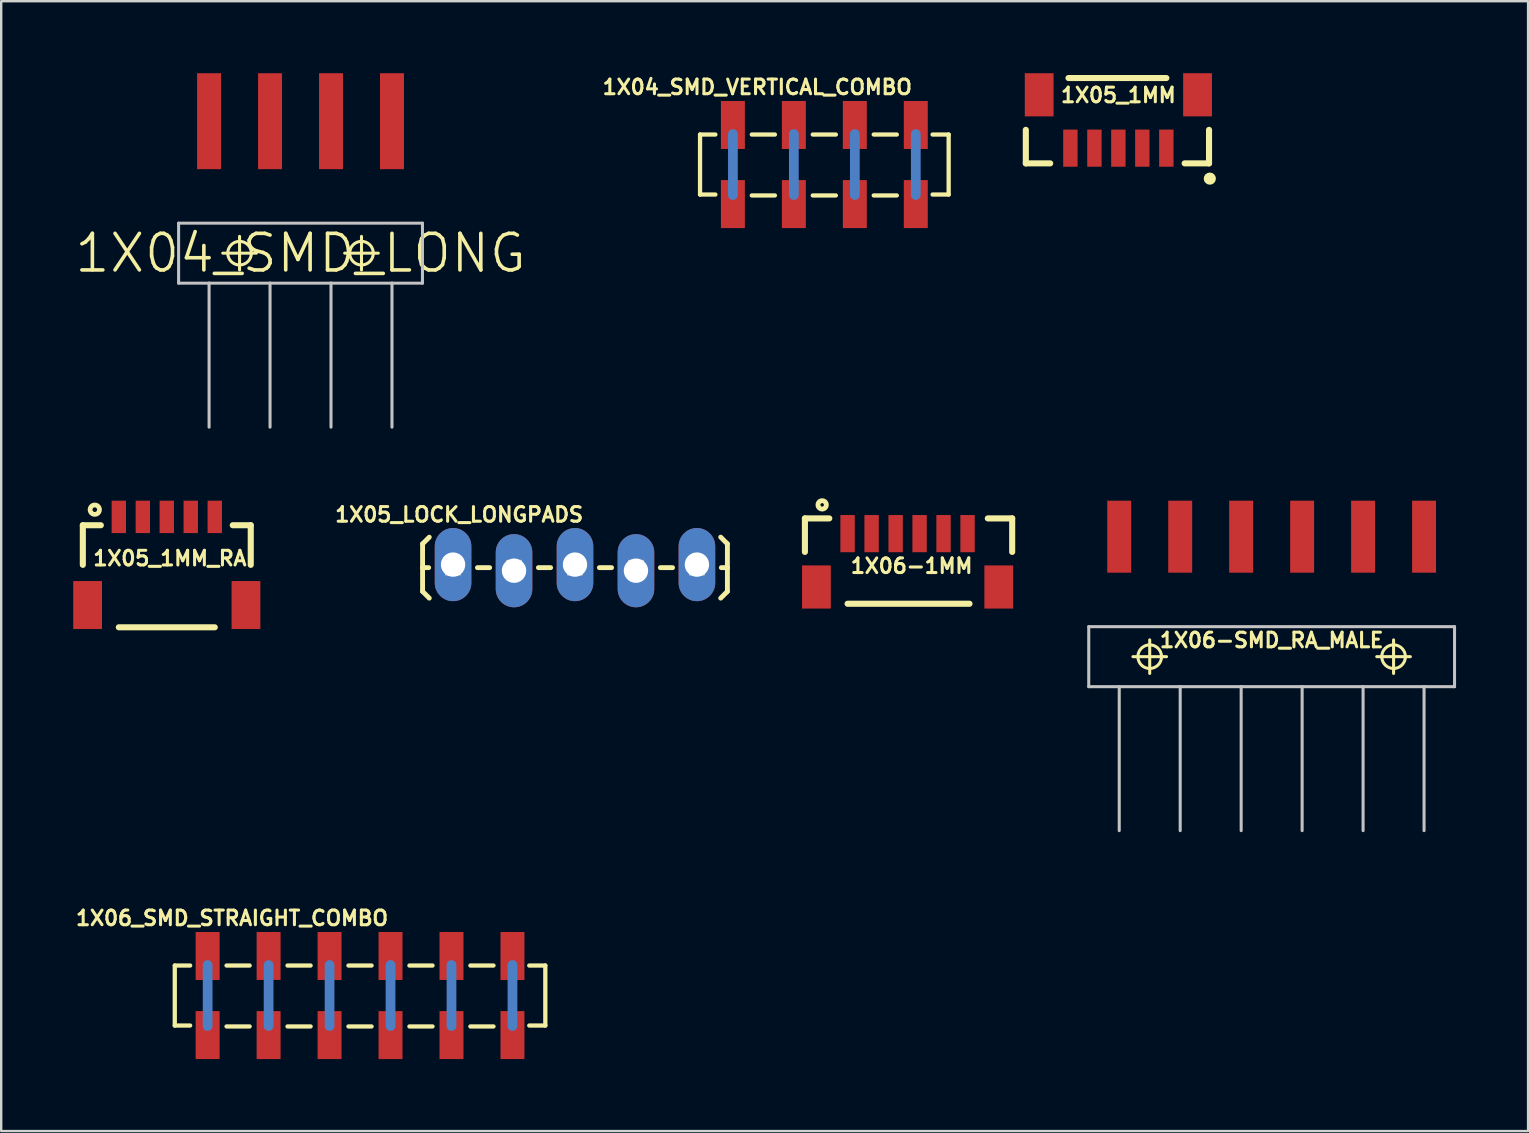
<source format=kicad_pcb>
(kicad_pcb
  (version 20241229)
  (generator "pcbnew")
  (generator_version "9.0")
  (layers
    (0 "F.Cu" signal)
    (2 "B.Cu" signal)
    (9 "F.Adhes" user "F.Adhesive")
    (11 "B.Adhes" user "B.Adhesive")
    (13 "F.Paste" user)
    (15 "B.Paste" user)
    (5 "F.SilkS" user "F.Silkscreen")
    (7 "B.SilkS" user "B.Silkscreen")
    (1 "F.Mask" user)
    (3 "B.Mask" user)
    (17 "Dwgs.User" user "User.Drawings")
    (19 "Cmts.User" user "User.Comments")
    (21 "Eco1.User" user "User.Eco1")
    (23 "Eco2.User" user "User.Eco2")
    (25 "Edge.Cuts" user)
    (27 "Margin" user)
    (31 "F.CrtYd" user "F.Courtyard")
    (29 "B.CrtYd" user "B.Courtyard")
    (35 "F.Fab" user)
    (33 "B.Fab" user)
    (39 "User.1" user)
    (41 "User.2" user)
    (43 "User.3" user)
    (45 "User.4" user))
  (footprint "1X05_1MM_RA"
    (layer "F.Cu")
    (at 3.899 18.485)
    (property "Reference" "1X05_1MM_RA" (at 0.127 1.727 0) (layer "F.SilkS") (effects (font (size 0.61 0.61) (thickness 0.127))))
    (attr smd)
    (fp_line (start -3.498 0.348) (end -2.748 0.348) (stroke (width 0.254) (type solid)) (layer "F.SilkS"))
    (fp_line (start -3.498 1.999) (end -3.498 0.348) (stroke (width 0.254) (type solid)) (layer "F.SilkS"))
    (fp_line (start -1.999 4.6) (end 1.999 4.6) (stroke (width 0.254) (type solid)) (layer "F.SilkS"))
    (fp_line (start 2.748 0.348) (end 3.498 0.348) (stroke (width 0.254) (type solid)) (layer "F.SilkS"))
    (fp_line (start 3.498 0.348) (end 3.498 1.999) (stroke (width 0.254) (type solid)) (layer "F.SilkS"))
    (fp_circle (center -3 -0.3) (end -3.068 -0.368) (stroke (width 0.198) (type solid)) (fill no) (layer "F.SilkS"))
    (pad "1" smd rect (at -1.999 0) (size 0.599 1.349) (layers "F.Cu" "F.Mask" "F.Paste"))
    (pad "2" smd rect (at -0.998 0) (size 0.599 1.349) (layers "F.Cu" "F.Mask" "F.Paste"))
    (pad "3" smd rect (at 0 0) (size 0.599 1.349) (layers "F.Cu" "F.Mask" "F.Paste"))
    (pad "4" smd rect (at 0.998 0) (size 0.599 1.349) (layers "F.Cu" "F.Mask" "F.Paste"))
    (pad "5" smd rect (at 1.999 0) (size 0.599 1.349) (layers "F.Cu" "F.Mask" "F.Paste"))
    (pad "NC1" smd rect (at 3.299 3.673) (size 1.199 1.999) (layers "F.Cu" "F.Mask" "F.Paste"))
    (pad "NC2" smd rect (at -3.299 3.673) (size 1.199 1.999) (layers "F.Cu" "F.Mask" "F.Paste")))
  (footprint "1X04_SMD_VERTICAL_COMBO"
    (layer "F.Cu")
    (at 27.485 3.805)
    (property "Reference" "1X04_SMD_VERTICAL_COMBO" (at 1.016 -3.226 0) (layer "F.SilkS") (effects (font (size 0.61 0.61) (thickness 0.127))))
    (attr smd)
    (fp_line (start 0 -1.27) (end 0 1.27) (stroke (width 0.406) (type solid)) (layer "B.Cu"))
    (fp_line (start 2.54 -1.27) (end 2.54 1.27) (stroke (width 0.406) (type solid)) (layer "B.Cu"))
    (fp_line (start 5.08 -1.27) (end 5.08 1.27) (stroke (width 0.406) (type solid)) (layer "B.Cu"))
    (fp_line (start 7.62 -1.27) (end 7.62 1.27) (stroke (width 0.406) (type solid)) (layer "B.Cu"))
    (fp_line (start -1.369 -1.25) (end -0.729 -1.25) (stroke (width 0.178) (type solid)) (layer "F.SilkS"))
    (fp_line (start -1.369 1.25) (end -1.369 -1.25) (stroke (width 0.178) (type solid)) (layer "F.SilkS"))
    (fp_line (start -0.729 1.25) (end -1.369 1.25) (stroke (width 0.178) (type solid)) (layer "F.SilkS"))
    (fp_line (start 0.787 -1.25) (end 1.75 -1.25) (stroke (width 0.178) (type solid)) (layer "F.SilkS"))
    (fp_line (start 0.787 1.288) (end 1.75 1.288) (stroke (width 0.178) (type solid)) (layer "F.SilkS"))
    (fp_line (start 3.327 -1.25) (end 4.29 -1.25) (stroke (width 0.178) (type solid)) (layer "F.SilkS"))
    (fp_line (start 3.327 1.288) (end 4.29 1.288) (stroke (width 0.178) (type solid)) (layer "F.SilkS"))
    (fp_line (start 5.867 -1.25) (end 6.83 -1.25) (stroke (width 0.178) (type solid)) (layer "F.SilkS"))
    (fp_line (start 5.867 1.288) (end 6.83 1.288) (stroke (width 0.178) (type solid)) (layer "F.SilkS"))
    (fp_line (start 8.319 -1.25) (end 8.989 -1.25) (stroke (width 0.178) (type solid)) (layer "F.SilkS"))
    (fp_line (start 8.989 -1.25) (end 8.989 1.25) (stroke (width 0.178) (type solid)) (layer "F.SilkS"))
    (fp_line (start 8.989 1.25) (end 8.319 1.25) (stroke (width 0.178) (type solid)) (layer "F.SilkS"))
    (pad "1" smd rect (at 0 1.648 270) (size 1.999 0.998) (layers "F.Cu" "F.Mask" "F.Paste"))
    (pad "1-2" smd rect (at 0 -1.648 90) (size 1.999 0.998) (layers "F.Cu" "F.Mask" "F.Paste"))
    (pad "2" smd rect (at 2.54 -1.648 270) (size 1.999 0.998) (layers "F.Cu" "F.Mask" "F.Paste"))
    (pad "2-2" smd rect (at 2.54 1.648 90) (size 1.999 0.998) (layers "F.Cu" "F.Mask" "F.Paste"))
    (pad "3" smd rect (at 5.08 1.648 270) (size 1.999 0.998) (layers "F.Cu" "F.Mask" "F.Paste"))
    (pad "3-2" smd rect (at 5.08 -1.648 90) (size 1.999 0.998) (layers "F.Cu" "F.Mask" "F.Paste"))
    (pad "4" smd rect (at 7.62 -1.648 270) (size 1.999 0.998) (layers "F.Cu" "F.Mask" "F.Paste"))
    (pad "4-2" smd rect (at 7.62 1.648 90) (size 1.999 0.998) (layers "F.Cu" "F.Mask" "F.Paste")))
  (footprint "1X06_SMD_STRAIGHT_COMBO"
    (layer "F.Cu")
    (at 5.601 38.427)
    (property "Reference" "1X06_SMD_STRAIGHT_COMBO" (at 1.016 -3.226 0) (layer "F.SilkS") (effects (font (size 0.61 0.61) (thickness 0.127))))
    (attr smd)
    (fp_line (start 0 -1.27) (end 0 1.27) (stroke (width 0.406) (type solid)) (layer "B.Cu"))
    (fp_line (start 2.54 -1.27) (end 2.54 1.27) (stroke (width 0.406) (type solid)) (layer "B.Cu"))
    (fp_line (start 5.08 -1.27) (end 5.08 1.27) (stroke (width 0.406) (type solid)) (layer "B.Cu"))
    (fp_line (start 7.62 -1.27) (end 7.62 1.27) (stroke (width 0.406) (type solid)) (layer "B.Cu"))
    (fp_line (start 10.16 -1.27) (end 10.16 1.27) (stroke (width 0.406) (type solid)) (layer "B.Cu"))
    (fp_line (start 12.7 -1.27) (end 12.7 1.27) (stroke (width 0.406) (type solid)) (layer "B.Cu"))
    (fp_line (start -1.369 -1.25) (end -0.729 -1.25) (stroke (width 0.178) (type solid)) (layer "F.SilkS"))
    (fp_line (start -1.369 1.25) (end -1.369 -1.25) (stroke (width 0.178) (type solid)) (layer "F.SilkS"))
    (fp_line (start -0.729 1.25) (end -1.369 1.25) (stroke (width 0.178) (type solid)) (layer "F.SilkS"))
    (fp_line (start 0.787 -1.25) (end 1.75 -1.25) (stroke (width 0.178) (type solid)) (layer "F.SilkS"))
    (fp_line (start 0.787 1.288) (end 1.75 1.288) (stroke (width 0.178) (type solid)) (layer "F.SilkS"))
    (fp_line (start 3.327 -1.25) (end 4.29 -1.25) (stroke (width 0.178) (type solid)) (layer "F.SilkS"))
    (fp_line (start 3.327 1.288) (end 4.29 1.288) (stroke (width 0.178) (type solid)) (layer "F.SilkS"))
    (fp_line (start 5.867 -1.25) (end 6.83 -1.25) (stroke (width 0.178) (type solid)) (layer "F.SilkS"))
    (fp_line (start 5.867 1.288) (end 6.83 1.288) (stroke (width 0.178) (type solid)) (layer "F.SilkS"))
    (fp_line (start 8.407 -1.25) (end 9.37 -1.25) (stroke (width 0.178) (type solid)) (layer "F.SilkS"))
    (fp_line (start 8.407 1.288) (end 9.37 1.288) (stroke (width 0.178) (type solid)) (layer "F.SilkS"))
    (fp_line (start 10.947 -1.25) (end 11.91 -1.25) (stroke (width 0.178) (type solid)) (layer "F.SilkS"))
    (fp_line (start 10.947 1.288) (end 11.91 1.288) (stroke (width 0.178) (type solid)) (layer "F.SilkS"))
    (fp_line (start 13.399 -1.25) (end 14.069 -1.25) (stroke (width 0.178) (type solid)) (layer "F.SilkS"))
    (fp_line (start 14.069 -1.25) (end 14.069 1.25) (stroke (width 0.178) (type solid)) (layer "F.SilkS"))
    (fp_line (start 14.069 1.25) (end 13.399 1.25) (stroke (width 0.178) (type solid)) (layer "F.SilkS"))
    (pad "1" smd rect (at 0 1.648 270) (size 1.999 0.998) (layers "F.Cu" "F.Mask" "F.Paste"))
    (pad "1-2" smd rect (at 0 -1.648 90) (size 1.999 0.998) (layers "F.Cu" "F.Mask" "F.Paste"))
    (pad "2" smd rect (at 2.54 -1.648 270) (size 1.999 0.998) (layers "F.Cu" "F.Mask" "F.Paste"))
    (pad "2-2" smd rect (at 2.54 1.648 90) (size 1.999 0.998) (layers "F.Cu" "F.Mask" "F.Paste"))
    (pad "3" smd rect (at 5.08 1.648 270) (size 1.999 0.998) (layers "F.Cu" "F.Mask" "F.Paste"))
    (pad "3-2" smd rect (at 5.08 -1.648 90) (size 1.999 0.998) (layers "F.Cu" "F.Mask" "F.Paste"))
    (pad "4" smd rect (at 7.62 -1.648 270) (size 1.999 0.998) (layers "F.Cu" "F.Mask" "F.Paste"))
    (pad "4-2" smd rect (at 7.62 1.648 90) (size 1.999 0.998) (layers "F.Cu" "F.Mask" "F.Paste"))
    (pad "5" smd rect (at 10.16 1.648 270) (size 1.999 0.998) (layers "F.Cu" "F.Mask" "F.Paste"))
    (pad "5-2" smd rect (at 10.16 -1.648 90) (size 1.999 0.998) (layers "F.Cu" "F.Mask" "F.Paste"))
    (pad "6" smd rect (at 12.7 -1.648 270) (size 1.999 0.998) (layers "F.Cu" "F.Mask" "F.Paste"))
    (pad "6-2" smd rect (at 12.7 1.648 90) (size 1.999 0.998) (layers "F.Cu" "F.Mask" "F.Paste")))
  (footprint "1X04_SMD_LONG"
    (layer "F.Cu")
    (at 9.471 7.498)
    (property "Reference" "1X04_SMD_LONG" (at 0 0 0) (layer "F.SilkS") (effects (font (size 1.524 1.524) (thickness 0.15))))
    (attr smd)
    (fp_line (start -3.239 0) (end -1.839 0) (stroke (width 0.127) (type solid)) (layer "F.SilkS"))
    (fp_line (start -2.54 0.699) (end -2.54 -0.699) (stroke (width 0.127) (type solid)) (layer "F.SilkS"))
    (fp_line (start 1.839 0) (end 3.239 0) (stroke (width 0.127) (type solid)) (layer "F.SilkS"))
    (fp_line (start 2.54 0.699) (end 2.54 -0.699) (stroke (width 0.127) (type solid)) (layer "F.SilkS"))
    (fp_circle (center -2.54 0) (end -2.888 0.348) (stroke (width 0.127) (type solid)) (fill no) (layer "F.SilkS"))
    (fp_circle (center 2.54 0) (end 2.888 0.348) (stroke (width 0.127) (type solid)) (fill no) (layer "F.SilkS"))
    (fp_line (start -5.08 -1.25) (end -5.08 1.25) (stroke (width 0.127) (type solid)) (layer "Dwgs.User"))
    (fp_line (start -5.08 1.25) (end -3.81 1.25) (stroke (width 0.127) (type solid)) (layer "Dwgs.User"))
    (fp_line (start -3.81 1.25) (end -3.81 7.249) (stroke (width 0.127) (type solid)) (layer "Dwgs.User"))
    (fp_line (start -3.81 1.25) (end -1.27 1.25) (stroke (width 0.127) (type solid)) (layer "Dwgs.User"))
    (fp_line (start -1.27 1.25) (end -1.27 7.249) (stroke (width 0.127) (type solid)) (layer "Dwgs.User"))
    (fp_line (start -1.27 1.25) (end 1.27 1.25) (stroke (width 0.127) (type solid)) (layer "Dwgs.User"))
    (fp_line (start 1.27 1.25) (end 1.27 7.249) (stroke (width 0.127) (type solid)) (layer "Dwgs.User"))
    (fp_line (start 1.27 1.25) (end 3.81 1.25) (stroke (width 0.127) (type solid)) (layer "Dwgs.User"))
    (fp_line (start 3.81 1.25) (end 3.81 7.249) (stroke (width 0.127) (type solid)) (layer "Dwgs.User"))
    (fp_line (start 3.81 1.25) (end 5.08 1.25) (stroke (width 0.127) (type solid)) (layer "Dwgs.User"))
    (fp_line (start 5.08 -1.25) (end -5.08 -1.25) (stroke (width 0.127) (type solid)) (layer "Dwgs.User"))
    (fp_line (start 5.08 1.25) (end 5.08 -1.25) (stroke (width 0.127) (type solid)) (layer "Dwgs.User"))
    (pad "1" smd rect (at -3.81 -5.499 90) (size 3.998 0.998) (layers "F.Cu" "F.Mask" "F.Paste"))
    (pad "2" smd rect (at -1.27 -5.499 90) (size 3.998 0.998) (layers "F.Cu" "F.Mask" "F.Paste"))
    (pad "3" smd rect (at 1.27 -5.499 90) (size 3.998 0.998) (layers "F.Cu" "F.Mask" "F.Paste"))
    (pad "4" smd rect (at 3.81 -5.499 90) (size 3.998 0.998) (layers "F.Cu" "F.Mask" "F.Paste")))
  (footprint "1X06-SMD_RA_MALE"
    (layer "F.Cu")
    (at 49.931 24.309)
    (property "Reference" "1X06-SMD_RA_MALE" (at 0 -0.686 0) (layer "F.SilkS") (effects (font (size 0.61 0.61) (thickness 0.127))))
    (attr smd)
    (fp_line (start -5.779 0) (end -4.379 0) (stroke (width 0.127) (type solid)) (layer "F.SilkS"))
    (fp_line (start -5.08 0.699) (end -5.08 -0.699) (stroke (width 0.127) (type solid)) (layer "F.SilkS"))
    (fp_line (start 4.379 0) (end 5.779 0) (stroke (width 0.127) (type solid)) (layer "F.SilkS"))
    (fp_line (start 5.08 0.699) (end 5.08 -0.699) (stroke (width 0.127) (type solid)) (layer "F.SilkS"))
    (fp_circle (center -5.08 0) (end -5.428 0.348) (stroke (width 0.127) (type solid)) (fill no) (layer "F.SilkS"))
    (fp_circle (center 5.08 0) (end 5.428 0.348) (stroke (width 0.127) (type solid)) (fill no) (layer "F.SilkS"))
    (fp_line (start -7.62 -1.25) (end -7.62 1.25) (stroke (width 0.127) (type solid)) (layer "Dwgs.User"))
    (fp_line (start -7.62 1.25) (end -6.35 1.25) (stroke (width 0.127) (type solid)) (layer "Dwgs.User"))
    (fp_line (start -6.35 1.25) (end -6.35 7.249) (stroke (width 0.127) (type solid)) (layer "Dwgs.User"))
    (fp_line (start -6.35 1.25) (end -3.81 1.25) (stroke (width 0.127) (type solid)) (layer "Dwgs.User"))
    (fp_line (start -3.81 1.25) (end -3.81 7.249) (stroke (width 0.127) (type solid)) (layer "Dwgs.User"))
    (fp_line (start -3.81 1.25) (end -1.27 1.25) (stroke (width 0.127) (type solid)) (layer "Dwgs.User"))
    (fp_line (start -1.27 1.25) (end -1.27 7.249) (stroke (width 0.127) (type solid)) (layer "Dwgs.User"))
    (fp_line (start -1.27 1.25) (end 1.27 1.25) (stroke (width 0.127) (type solid)) (layer "Dwgs.User"))
    (fp_line (start 1.27 1.25) (end 1.27 7.249) (stroke (width 0.127) (type solid)) (layer "Dwgs.User"))
    (fp_line (start 1.27 1.25) (end 3.81 1.25) (stroke (width 0.127) (type solid)) (layer "Dwgs.User"))
    (fp_line (start 3.81 1.25) (end 3.81 7.249) (stroke (width 0.127) (type solid)) (layer "Dwgs.User"))
    (fp_line (start 3.81 1.25) (end 6.35 1.25) (stroke (width 0.127) (type solid)) (layer "Dwgs.User"))
    (fp_line (start 6.35 1.25) (end 6.35 7.249) (stroke (width 0.127) (type solid)) (layer "Dwgs.User"))
    (fp_line (start 6.35 1.25) (end 7.62 1.25) (stroke (width 0.127) (type solid)) (layer "Dwgs.User"))
    (fp_line (start 7.62 -1.25) (end -7.62 -1.25) (stroke (width 0.127) (type solid)) (layer "Dwgs.User"))
    (fp_line (start 7.62 1.25) (end 7.62 -1.25) (stroke (width 0.127) (type solid)) (layer "Dwgs.User"))
    (pad "1" smd rect (at -6.35 -4.999 90) (size 3 0.998) (layers "F.Cu" "F.Mask" "F.Paste"))
    (pad "2" smd rect (at -3.81 -4.999 90) (size 3 0.998) (layers "F.Cu" "F.Mask" "F.Paste"))
    (pad "3" smd rect (at -1.27 -4.999 90) (size 3 0.998) (layers "F.Cu" "F.Mask" "F.Paste"))
    (pad "4" smd rect (at 1.27 -4.999 90) (size 3 0.998) (layers "F.Cu" "F.Mask" "F.Paste"))
    (pad "5" smd rect (at 3.81 -4.999 90) (size 3 0.998) (layers "F.Cu" "F.Mask" "F.Paste"))
    (pad "6" smd rect (at 6.35 -4.999 90) (size 3 0.998) (layers "F.Cu" "F.Mask" "F.Paste")))
  (footprint "1X06-1MM"
    (layer "F.Cu")
    (at 34.803 20.453)
    (property "Reference" "1X06-1MM" (at 0.127 0.076 0) (layer "F.SilkS") (effects (font (size 0.61 0.61) (thickness 0.127))))
    (attr smd)
    (fp_line (start -4.318 -1.905) (end -3.302 -1.905) (stroke (width 0.254) (type solid)) (layer "F.SilkS"))
    (fp_line (start -4.318 -0.508) (end -4.318 -1.905) (stroke (width 0.254) (type solid)) (layer "F.SilkS"))
    (fp_line (start -2.54 1.651) (end 2.54 1.651) (stroke (width 0.254) (type solid)) (layer "F.SilkS"))
    (fp_line (start 3.302 -1.905) (end 4.318 -1.905) (stroke (width 0.254) (type solid)) (layer "F.SilkS"))
    (fp_line (start 4.318 -1.905) (end 4.318 -0.508) (stroke (width 0.254) (type solid)) (layer "F.SilkS"))
    (fp_circle (center -3.599 -2.469) (end -3.65 -2.52) (stroke (width 0.203) (type solid)) (fill no) (layer "F.SilkS"))
    (pad "1" smd rect (at -2.54 -1.27) (size 0.599 1.549) (layers "F.Cu" "F.Mask" "F.Paste"))
    (pad "2" smd rect (at -1.539 -1.27) (size 0.599 1.549) (layers "F.Cu" "F.Mask" "F.Paste"))
    (pad "3" smd rect (at -0.538 -1.27) (size 0.599 1.549) (layers "F.Cu" "F.Mask" "F.Paste"))
    (pad "4" smd rect (at 0.46 -1.27) (size 0.599 1.549) (layers "F.Cu" "F.Mask" "F.Paste"))
    (pad "5" smd rect (at 1.458 -1.27) (size 0.599 1.549) (layers "F.Cu" "F.Mask" "F.Paste"))
    (pad "6" smd rect (at 2.459 -1.27) (size 0.599 1.549) (layers "F.Cu" "F.Mask" "F.Paste"))
    (pad "P$1" smd rect (at -3.838 0.953) (size 1.199 1.798) (layers "F.Cu" "F.Mask" "F.Paste"))
    (pad "P$2" smd rect (at 3.759 0.953) (size 1.199 1.798) (layers "F.Cu" "F.Mask" "F.Paste")))
  (footprint "1X05_LOCK_LONGPADS"
    (layer "F.Cu")
    (at 15.826 20.473)
    (property "Reference" "1X05_LOCK_LONGPADS" (at 0.254 -2.083 0) (layer "F.SilkS") (effects (font (size 0.61 0.61) (thickness 0.127))))
    (attr exclude_from_pos_files exclude_from_bom)
    (fp_line (start -1.27 -0.864) (end -0.991 -1.143) (stroke (width 0.203) (type solid)) (layer "F.SilkS"))
    (fp_line (start -1.27 0.127) (end -1.27 -0.864) (stroke (width 0.203) (type solid)) (layer "F.SilkS"))
    (fp_line (start -1.27 0.127) (end -1.27 1.118) (stroke (width 0.203) (type solid)) (layer "F.SilkS"))
    (fp_line (start -1.27 0.127) (end -1.016 0.127) (stroke (width 0.203) (type solid)) (layer "F.SilkS"))
    (fp_line (start -1.27 1.118) (end -0.991 1.397) (stroke (width 0.203) (type solid)) (layer "F.SilkS"))
    (fp_line (start 1.524 0.127) (end 1.016 0.127) (stroke (width 0.203) (type solid)) (layer "F.SilkS"))
    (fp_line (start 4.064 0.127) (end 3.556 0.127) (stroke (width 0.203) (type solid)) (layer "F.SilkS"))
    (fp_line (start 6.604 0.127) (end 6.096 0.127) (stroke (width 0.203) (type solid)) (layer "F.SilkS"))
    (fp_line (start 9.144 0.127) (end 8.636 0.127) (stroke (width 0.203) (type solid)) (layer "F.SilkS"))
    (fp_line (start 11.43 -0.864) (end 11.151 -1.143) (stroke (width 0.203) (type solid)) (layer "F.SilkS"))
    (fp_line (start 11.43 0.127) (end 11.176 0.127) (stroke (width 0.203) (type solid)) (layer "F.SilkS"))
    (fp_line (start 11.43 0.127) (end 11.43 -0.864) (stroke (width 0.203) (type solid)) (layer "F.SilkS"))
    (fp_line (start 11.43 0.127) (end 11.43 1.118) (stroke (width 0.203) (type solid)) (layer "F.SilkS"))
    (fp_line (start 11.43 1.118) (end 11.151 1.397) (stroke (width 0.203) (type solid)) (layer "F.SilkS"))
    (fp_line (start -0.292 -0.165) (end 0.292 -0.165) (stroke (width 0.066) (type solid)) (layer "Dwgs.User"))
    (fp_line (start -0.292 0.419) (end -0.292 -0.165) (stroke (width 0.066) (type solid)) (layer "Dwgs.User"))
    (fp_line (start -0.292 0.419) (end 0.292 0.419) (stroke (width 0.066) (type solid)) (layer "Dwgs.User"))
    (fp_line (start 0.292 0.419) (end 0.292 -0.165) (stroke (width 0.066) (type solid)) (layer "Dwgs.User"))
    (fp_line (start 2.248 -0.165) (end 2.832 -0.165) (stroke (width 0.066) (type solid)) (layer "Dwgs.User"))
    (fp_line (start 2.248 0.419) (end 2.248 -0.165) (stroke (width 0.066) (type solid)) (layer "Dwgs.User"))
    (fp_line (start 2.248 0.419) (end 2.832 0.419) (stroke (width 0.066) (type solid)) (layer "Dwgs.User"))
    (fp_line (start 2.832 0.419) (end 2.832 -0.165) (stroke (width 0.066) (type solid)) (layer "Dwgs.User"))
    (fp_line (start 4.788 -0.165) (end 5.372 -0.165) (stroke (width 0.066) (type solid)) (layer "Dwgs.User"))
    (fp_line (start 4.788 0.419) (end 4.788 -0.165) (stroke (width 0.066) (type solid)) (layer "Dwgs.User"))
    (fp_line (start 4.788 0.419) (end 5.372 0.419) (stroke (width 0.066) (type solid)) (layer "Dwgs.User"))
    (fp_line (start 5.372 0.419) (end 5.372 -0.165) (stroke (width 0.066) (type solid)) (layer "Dwgs.User"))
    (fp_line (start 7.328 -0.165) (end 7.912 -0.165) (stroke (width 0.066) (type solid)) (layer "Dwgs.User"))
    (fp_line (start 7.328 0.419) (end 7.328 -0.165) (stroke (width 0.066) (type solid)) (layer "Dwgs.User"))
    (fp_line (start 7.328 0.419) (end 7.912 0.419) (stroke (width 0.066) (type solid)) (layer "Dwgs.User"))
    (fp_line (start 7.912 0.419) (end 7.912 -0.165) (stroke (width 0.066) (type solid)) (layer "Dwgs.User"))
    (fp_line (start 9.868 -0.165) (end 10.452 -0.165) (stroke (width 0.066) (type solid)) (layer "Dwgs.User"))
    (fp_line (start 9.868 0.419) (end 9.868 -0.165) (stroke (width 0.066) (type solid)) (layer "Dwgs.User"))
    (fp_line (start 9.868 0.419) (end 10.452 0.419) (stroke (width 0.066) (type solid)) (layer "Dwgs.User"))
    (fp_line (start 10.452 0.419) (end 10.452 -0.165) (stroke (width 0.066) (type solid)) (layer "Dwgs.User"))
    (pad "1" thru_hole oval (at 0 0 180) (size 1.524 3.048) (drill 1.016) (layers "*.Cu" "*.Paste" "*.Mask"))
    (pad "2" thru_hole oval (at 2.54 0.254 180) (size 1.524 3.048) (drill 1.016) (layers "*.Cu" "*.Paste" "*.Mask"))
    (pad "3" thru_hole oval (at 5.08 0 180) (size 1.524 3.048) (drill 1.016) (layers "*.Cu" "*.Paste" "*.Mask"))
    (pad "4" thru_hole oval (at 7.62 0.254 180) (size 1.524 3.048) (drill 1.016) (layers "*.Cu" "*.Paste" "*.Mask"))
    (pad "5" thru_hole oval (at 10.16 0 180) (size 1.524 3.048) (drill 1.016) (layers "*.Cu" "*.Paste" "*.Mask")))
  (footprint "1X05_1MM"
    (layer "F.Cu")
    (at 43.545 3.122)
    (property "Reference" "1X05_1MM" (at 0 -2.207 0) (layer "F.SilkS") (effects (font (size 0.61 0.61) (thickness 0.127))))
    (attr smd)
    (fp_line (start -3.856 0.635) (end -3.856 -0.762) (stroke (width 0.254) (type solid)) (layer "F.SilkS"))
    (fp_line (start -2.84 0.635) (end -3.856 0.635) (stroke (width 0.254) (type solid)) (layer "F.SilkS"))
    (fp_line (start 1.999 -2.921) (end -2.078 -2.921) (stroke (width 0.254) (type solid)) (layer "F.SilkS"))
    (fp_line (start 3.777 -0.762) (end 3.777 0.635) (stroke (width 0.254) (type solid)) (layer "F.SilkS"))
    (fp_line (start 3.777 0.635) (end 2.761 0.635) (stroke (width 0.254) (type solid)) (layer "F.SilkS"))
    (fp_circle (center 3.81 1.27) (end 3.81 1.27) (stroke (width 0.254) (type solid)) (fill no) (layer "F.SilkS"))
    (pad "1" smd rect (at -1.999 0 180) (size 0.599 1.549) (layers "F.Cu" "F.Mask" "F.Paste"))
    (pad "2" smd rect (at -0.998 0 180) (size 0.599 1.549) (layers "F.Cu" "F.Mask" "F.Paste"))
    (pad "3" smd rect (at 0 0 180) (size 0.599 1.549) (layers "F.Cu" "F.Mask" "F.Paste"))
    (pad "4" smd rect (at 0.998 0 180) (size 0.599 1.549) (layers "F.Cu" "F.Mask" "F.Paste"))
    (pad "5" smd rect (at 1.999 0 180) (size 0.599 1.549) (layers "F.Cu" "F.Mask" "F.Paste"))
    (pad "NC1" smd rect (at -3.299 -2.223 180) (size 1.199 1.798) (layers "F.Cu" "F.Mask" "F.Paste"))
    (pad "NC2" smd rect (at 3.299 -2.223 180) (size 1.199 1.798) (layers "F.Cu" "F.Mask" "F.Paste")))
  (gr_rect
    (start -3 -3)
    (end 60.615 44.075)
    (stroke (width 0.1) (type default))
    (fill no)
    (layer "Edge.Cuts")))
</source>
